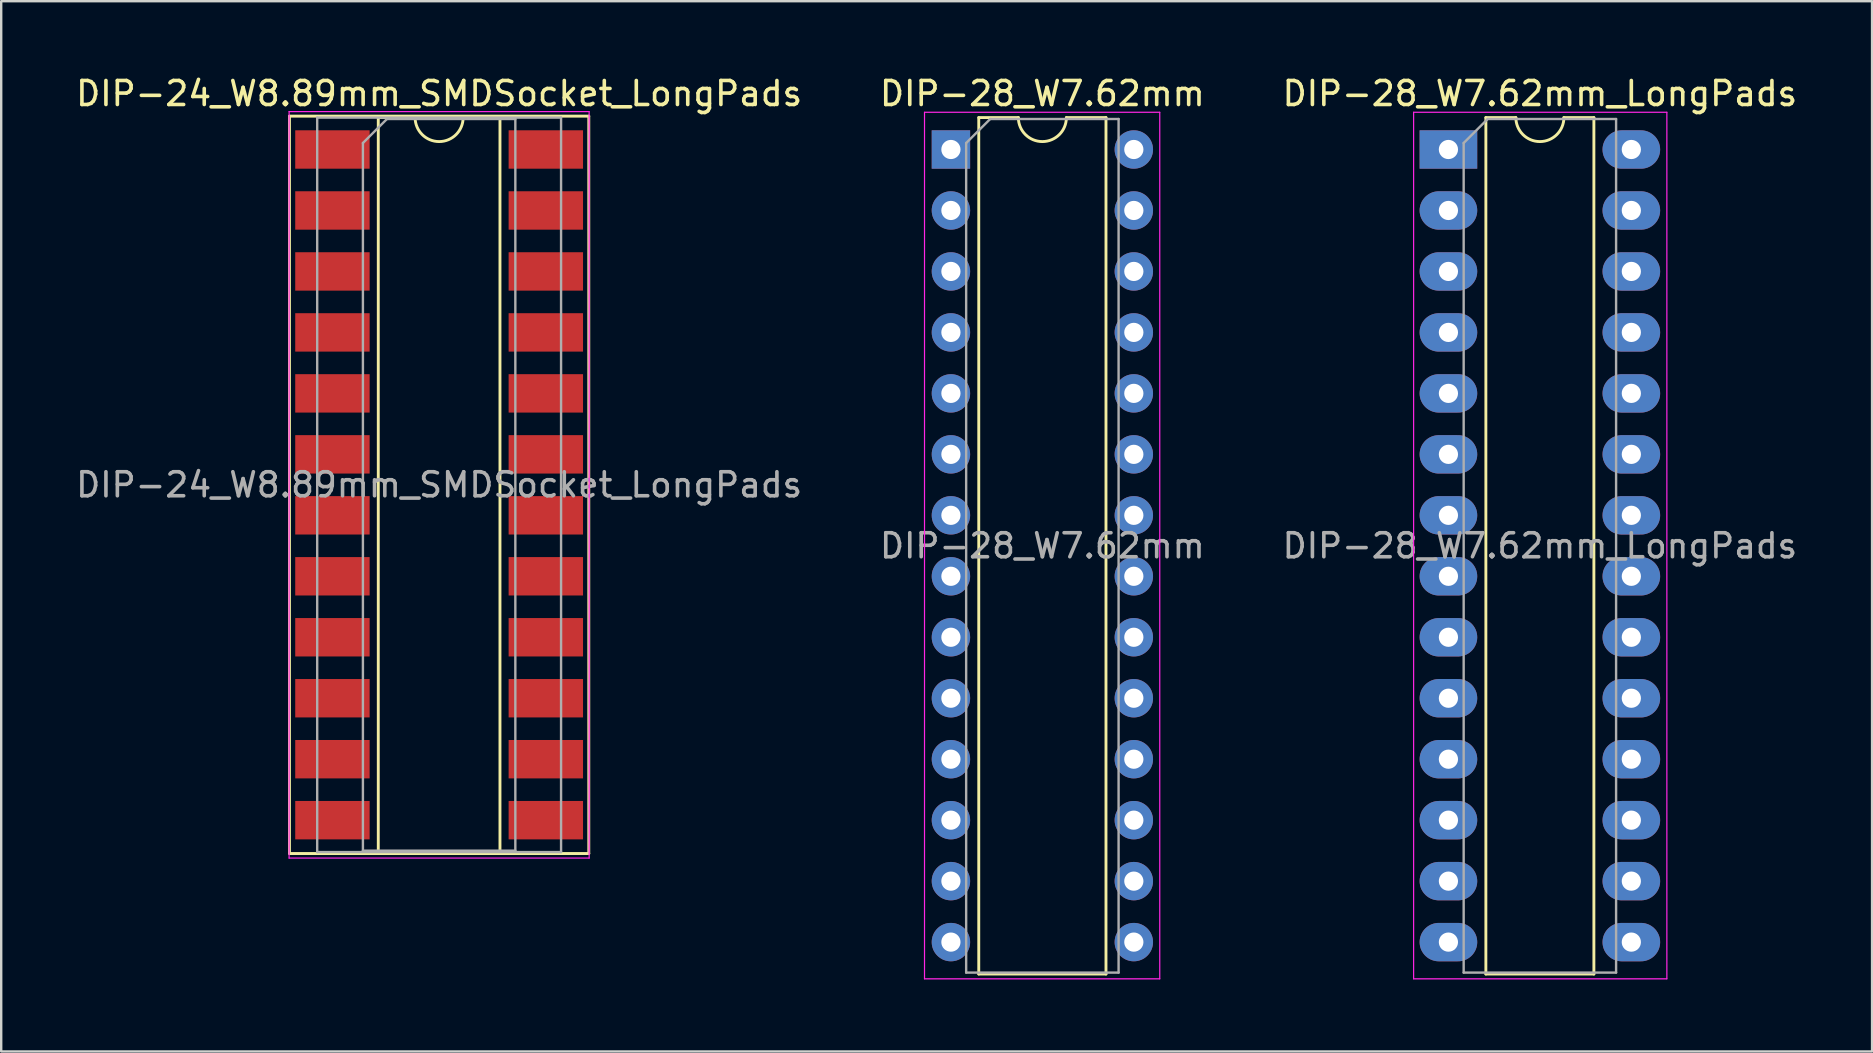
<source format=kicad_pcb>
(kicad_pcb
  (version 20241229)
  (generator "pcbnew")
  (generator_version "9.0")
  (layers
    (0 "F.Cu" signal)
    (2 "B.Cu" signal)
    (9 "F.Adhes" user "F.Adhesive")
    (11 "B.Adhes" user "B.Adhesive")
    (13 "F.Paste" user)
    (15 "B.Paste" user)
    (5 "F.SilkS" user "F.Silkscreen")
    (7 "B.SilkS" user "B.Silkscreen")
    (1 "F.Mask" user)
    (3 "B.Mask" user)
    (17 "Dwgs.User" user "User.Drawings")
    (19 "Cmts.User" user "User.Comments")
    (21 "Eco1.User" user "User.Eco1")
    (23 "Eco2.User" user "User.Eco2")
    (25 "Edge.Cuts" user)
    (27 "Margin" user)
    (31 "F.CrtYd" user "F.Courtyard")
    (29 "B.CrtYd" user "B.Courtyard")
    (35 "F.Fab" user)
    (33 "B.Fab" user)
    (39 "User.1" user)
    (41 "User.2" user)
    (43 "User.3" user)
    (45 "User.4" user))
  (footprint "DIP-24_W8.89mm_SMDSocket_LongPads"
    (layer "F.Cu")
    (at 15.244 17.148)
    (property "Reference" "DIP-24_W8.89mm_SMDSocket_LongPads" (at 0 -16.3 0) (layer "F.SilkS") (effects (font (size 1 1) (thickness 0.15))))
    (attr smd)
    (fp_line (start -6.235 -15.36) (end -6.235 15.36) (stroke (width 0.12) (type solid)) (layer "F.SilkS"))
    (fp_line (start -6.235 15.36) (end 6.235 15.36) (stroke (width 0.12) (type solid)) (layer "F.SilkS"))
    (fp_line (start -2.535 -15.3) (end -2.535 15.3) (stroke (width 0.12) (type solid)) (layer "F.SilkS"))
    (fp_line (start -2.535 15.3) (end 2.535 15.3) (stroke (width 0.12) (type solid)) (layer "F.SilkS"))
    (fp_line (start -1 -15.3) (end -2.535 -15.3) (stroke (width 0.12) (type solid)) (layer "F.SilkS"))
    (fp_line (start 2.535 -15.3) (end 1 -15.3) (stroke (width 0.12) (type solid)) (layer "F.SilkS"))
    (fp_line (start 2.535 15.3) (end 2.535 -15.3) (stroke (width 0.12) (type solid)) (layer "F.SilkS"))
    (fp_line (start 6.235 -15.36) (end -6.235 -15.36) (stroke (width 0.12) (type solid)) (layer "F.SilkS"))
    (fp_line (start 6.235 15.36) (end 6.235 -15.36) (stroke (width 0.12) (type solid)) (layer "F.SilkS"))
    (fp_arc (start 1 -15.3) (mid 0 -14.3) (end -1 -15.3) (stroke (width 0.12) (type solid)) (layer "F.SilkS"))
    (fp_line (start -6.25 -15.55) (end -6.25 15.55) (stroke (width 0.05) (type solid)) (layer "F.CrtYd"))
    (fp_line (start -6.25 15.55) (end 6.25 15.55) (stroke (width 0.05) (type solid)) (layer "F.CrtYd"))
    (fp_line (start 6.25 -15.55) (end -6.25 -15.55) (stroke (width 0.05) (type solid)) (layer "F.CrtYd"))
    (fp_line (start 6.25 15.55) (end 6.25 -15.55) (stroke (width 0.05) (type solid)) (layer "F.CrtYd"))
    (fp_line (start -5.08 -15.3) (end -5.08 15.3) (stroke (width 0.1) (type solid)) (layer "F.Fab"))
    (fp_line (start -5.08 15.3) (end 5.08 15.3) (stroke (width 0.1) (type solid)) (layer "F.Fab"))
    (fp_line (start -3.175 -14.24) (end -2.175 -15.24) (stroke (width 0.1) (type solid)) (layer "F.Fab"))
    (fp_line (start -3.175 15.24) (end -3.175 -14.24) (stroke (width 0.1) (type solid)) (layer "F.Fab"))
    (fp_line (start -2.175 -15.24) (end 3.175 -15.24) (stroke (width 0.1) (type solid)) (layer "F.Fab"))
    (fp_line (start 3.175 -15.24) (end 3.175 15.24) (stroke (width 0.1) (type solid)) (layer "F.Fab"))
    (fp_line (start 3.175 15.24) (end -3.175 15.24) (stroke (width 0.1) (type solid)) (layer "F.Fab"))
    (fp_line (start 5.08 -15.3) (end -5.08 -15.3) (stroke (width 0.1) (type solid)) (layer "F.Fab"))
    (fp_line (start 5.08 15.3) (end 5.08 -15.3) (stroke (width 0.1) (type solid)) (layer "F.Fab"))
    (fp_text user "${REFERENCE}" (at 0 0 0) (layer "F.Fab") (effects (font (size 1 1) (thickness 0.15))))
    (pad "1" smd rect (at -4.445 -13.97) (size 3.1 1.6) (layers "F.Cu" "F.Mask" "F.Paste"))
    (pad "2" smd rect (at -4.445 -11.43) (size 3.1 1.6) (layers "F.Cu" "F.Mask" "F.Paste"))
    (pad "3" smd rect (at -4.445 -8.89) (size 3.1 1.6) (layers "F.Cu" "F.Mask" "F.Paste"))
    (pad "4" smd rect (at -4.445 -6.35) (size 3.1 1.6) (layers "F.Cu" "F.Mask" "F.Paste"))
    (pad "5" smd rect (at -4.445 -3.81) (size 3.1 1.6) (layers "F.Cu" "F.Mask" "F.Paste"))
    (pad "6" smd rect (at -4.445 -1.27) (size 3.1 1.6) (layers "F.Cu" "F.Mask" "F.Paste"))
    (pad "7" smd rect (at -4.445 1.27) (size 3.1 1.6) (layers "F.Cu" "F.Mask" "F.Paste"))
    (pad "8" smd rect (at -4.445 3.81) (size 3.1 1.6) (layers "F.Cu" "F.Mask" "F.Paste"))
    (pad "9" smd rect (at -4.445 6.35) (size 3.1 1.6) (layers "F.Cu" "F.Mask" "F.Paste"))
    (pad "10" smd rect (at -4.445 8.89) (size 3.1 1.6) (layers "F.Cu" "F.Mask" "F.Paste"))
    (pad "11" smd rect (at -4.445 11.43) (size 3.1 1.6) (layers "F.Cu" "F.Mask" "F.Paste"))
    (pad "12" smd rect (at -4.445 13.97) (size 3.1 1.6) (layers "F.Cu" "F.Mask" "F.Paste"))
    (pad "13" smd rect (at 4.445 13.97) (size 3.1 1.6) (layers "F.Cu" "F.Mask" "F.Paste"))
    (pad "14" smd rect (at 4.445 11.43) (size 3.1 1.6) (layers "F.Cu" "F.Mask" "F.Paste"))
    (pad "15" smd rect (at 4.445 8.89) (size 3.1 1.6) (layers "F.Cu" "F.Mask" "F.Paste"))
    (pad "16" smd rect (at 4.445 6.35) (size 3.1 1.6) (layers "F.Cu" "F.Mask" "F.Paste"))
    (pad "17" smd rect (at 4.445 3.81) (size 3.1 1.6) (layers "F.Cu" "F.Mask" "F.Paste"))
    (pad "18" smd rect (at 4.445 1.27) (size 3.1 1.6) (layers "F.Cu" "F.Mask" "F.Paste"))
    (pad "19" smd rect (at 4.445 -1.27) (size 3.1 1.6) (layers "F.Cu" "F.Mask" "F.Paste"))
    (pad "20" smd rect (at 4.445 -3.81) (size 3.1 1.6) (layers "F.Cu" "F.Mask" "F.Paste"))
    (pad "21" smd rect (at 4.445 -6.35) (size 3.1 1.6) (layers "F.Cu" "F.Mask" "F.Paste"))
    (pad "22" smd rect (at 4.445 -8.89) (size 3.1 1.6) (layers "F.Cu" "F.Mask" "F.Paste"))
    (pad "23" smd rect (at 4.445 -11.43) (size 3.1 1.6) (layers "F.Cu" "F.Mask" "F.Paste"))
    (pad "24" smd rect (at 4.445 -13.97) (size 3.1 1.6) (layers "F.Cu" "F.Mask" "F.Paste")))
  (footprint "DIP-28_W7.62mm_LongPads"
    (layer "F.Cu")
    (at 57.291 3.178)
    (property "Reference" "DIP-28_W7.62mm_LongPads" (at 3.81 -2.33 0) (layer "F.SilkS") (effects (font (size 1 1) (thickness 0.15))))
    (attr through_hole)
    (fp_line (start 1.56 -1.33) (end 1.56 34.35) (stroke (width 0.12) (type solid)) (layer "F.SilkS"))
    (fp_line (start 1.56 34.35) (end 6.06 34.35) (stroke (width 0.12) (type solid)) (layer "F.SilkS"))
    (fp_line (start 2.81 -1.33) (end 1.56 -1.33) (stroke (width 0.12) (type solid)) (layer "F.SilkS"))
    (fp_line (start 6.06 -1.33) (end 4.81 -1.33) (stroke (width 0.12) (type solid)) (layer "F.SilkS"))
    (fp_line (start 6.06 34.35) (end 6.06 -1.33) (stroke (width 0.12) (type solid)) (layer "F.SilkS"))
    (fp_arc (start 4.81 -1.33) (mid 3.81 -0.33) (end 2.81 -1.33) (stroke (width 0.12) (type solid)) (layer "F.SilkS"))
    (fp_line (start -1.45 -1.55) (end -1.45 34.55) (stroke (width 0.05) (type solid)) (layer "F.CrtYd"))
    (fp_line (start -1.45 34.55) (end 9.1 34.55) (stroke (width 0.05) (type solid)) (layer "F.CrtYd"))
    (fp_line (start 9.1 -1.55) (end -1.45 -1.55) (stroke (width 0.05) (type solid)) (layer "F.CrtYd"))
    (fp_line (start 9.1 34.55) (end 9.1 -1.55) (stroke (width 0.05) (type solid)) (layer "F.CrtYd"))
    (fp_line (start 0.635 -0.27) (end 1.635 -1.27) (stroke (width 0.1) (type solid)) (layer "F.Fab"))
    (fp_line (start 0.635 34.29) (end 0.635 -0.27) (stroke (width 0.1) (type solid)) (layer "F.Fab"))
    (fp_line (start 1.635 -1.27) (end 6.985 -1.27) (stroke (width 0.1) (type solid)) (layer "F.Fab"))
    (fp_line (start 6.985 -1.27) (end 6.985 34.29) (stroke (width 0.1) (type solid)) (layer "F.Fab"))
    (fp_line (start 6.985 34.29) (end 0.635 34.29) (stroke (width 0.1) (type solid)) (layer "F.Fab"))
    (fp_text user "${REFERENCE}" (at 3.81 16.51 0) (layer "F.Fab") (effects (font (size 1 1) (thickness 0.15))))
    (pad "1" thru_hole rect (at 0 0) (size 2.4 1.6) (drill 0.8) (layers "*.Cu" "*.Mask"))
    (pad "2" thru_hole oval (at 0 2.54) (size 2.4 1.6) (drill 0.8) (layers "*.Cu" "*.Mask"))
    (pad "3" thru_hole oval (at 0 5.08) (size 2.4 1.6) (drill 0.8) (layers "*.Cu" "*.Mask"))
    (pad "4" thru_hole oval (at 0 7.62) (size 2.4 1.6) (drill 0.8) (layers "*.Cu" "*.Mask"))
    (pad "5" thru_hole oval (at 0 10.16) (size 2.4 1.6) (drill 0.8) (layers "*.Cu" "*.Mask"))
    (pad "6" thru_hole oval (at 0 12.7) (size 2.4 1.6) (drill 0.8) (layers "*.Cu" "*.Mask"))
    (pad "7" thru_hole oval (at 0 15.24) (size 2.4 1.6) (drill 0.8) (layers "*.Cu" "*.Mask"))
    (pad "8" thru_hole oval (at 0 17.78) (size 2.4 1.6) (drill 0.8) (layers "*.Cu" "*.Mask"))
    (pad "9" thru_hole oval (at 0 20.32) (size 2.4 1.6) (drill 0.8) (layers "*.Cu" "*.Mask"))
    (pad "10" thru_hole oval (at 0 22.86) (size 2.4 1.6) (drill 0.8) (layers "*.Cu" "*.Mask"))
    (pad "11" thru_hole oval (at 0 25.4) (size 2.4 1.6) (drill 0.8) (layers "*.Cu" "*.Mask"))
    (pad "12" thru_hole oval (at 0 27.94) (size 2.4 1.6) (drill 0.8) (layers "*.Cu" "*.Mask"))
    (pad "13" thru_hole oval (at 0 30.48) (size 2.4 1.6) (drill 0.8) (layers "*.Cu" "*.Mask"))
    (pad "14" thru_hole oval (at 0 33.02) (size 2.4 1.6) (drill 0.8) (layers "*.Cu" "*.Mask"))
    (pad "15" thru_hole oval (at 7.62 33.02) (size 2.4 1.6) (drill 0.8) (layers "*.Cu" "*.Mask"))
    (pad "16" thru_hole oval (at 7.62 30.48) (size 2.4 1.6) (drill 0.8) (layers "*.Cu" "*.Mask"))
    (pad "17" thru_hole oval (at 7.62 27.94) (size 2.4 1.6) (drill 0.8) (layers "*.Cu" "*.Mask"))
    (pad "18" thru_hole oval (at 7.62 25.4) (size 2.4 1.6) (drill 0.8) (layers "*.Cu" "*.Mask"))
    (pad "19" thru_hole oval (at 7.62 22.86) (size 2.4 1.6) (drill 0.8) (layers "*.Cu" "*.Mask"))
    (pad "20" thru_hole oval (at 7.62 20.32) (size 2.4 1.6) (drill 0.8) (layers "*.Cu" "*.Mask"))
    (pad "21" thru_hole oval (at 7.62 17.78) (size 2.4 1.6) (drill 0.8) (layers "*.Cu" "*.Mask"))
    (pad "22" thru_hole oval (at 7.62 15.24) (size 2.4 1.6) (drill 0.8) (layers "*.Cu" "*.Mask"))
    (pad "23" thru_hole oval (at 7.62 12.7) (size 2.4 1.6) (drill 0.8) (layers "*.Cu" "*.Mask"))
    (pad "24" thru_hole oval (at 7.62 10.16) (size 2.4 1.6) (drill 0.8) (layers "*.Cu" "*.Mask"))
    (pad "25" thru_hole oval (at 7.62 7.62) (size 2.4 1.6) (drill 0.8) (layers "*.Cu" "*.Mask"))
    (pad "26" thru_hole oval (at 7.62 5.08) (size 2.4 1.6) (drill 0.8) (layers "*.Cu" "*.Mask"))
    (pad "27" thru_hole oval (at 7.62 2.54) (size 2.4 1.6) (drill 0.8) (layers "*.Cu" "*.Mask"))
    (pad "28" thru_hole oval (at 7.62 0) (size 2.4 1.6) (drill 0.8) (layers "*.Cu" "*.Mask")))
  (footprint "DIP-28_W7.62mm"
    (layer "F.Cu")
    (at 36.565 3.178)
    (property "Reference" "DIP-28_W7.62mm" (at 3.81 -2.33 0) (layer "F.SilkS") (effects (font (size 1 1) (thickness 0.15))))
    (attr through_hole)
    (fp_line (start 1.16 -1.33) (end 1.16 34.35) (stroke (width 0.12) (type solid)) (layer "F.SilkS"))
    (fp_line (start 1.16 34.35) (end 6.46 34.35) (stroke (width 0.12) (type solid)) (layer "F.SilkS"))
    (fp_line (start 2.81 -1.33) (end 1.16 -1.33) (stroke (width 0.12) (type solid)) (layer "F.SilkS"))
    (fp_line (start 6.46 -1.33) (end 4.81 -1.33) (stroke (width 0.12) (type solid)) (layer "F.SilkS"))
    (fp_line (start 6.46 34.35) (end 6.46 -1.33) (stroke (width 0.12) (type solid)) (layer "F.SilkS"))
    (fp_arc (start 4.81 -1.33) (mid 3.81 -0.33) (end 2.81 -1.33) (stroke (width 0.12) (type solid)) (layer "F.SilkS"))
    (fp_line (start -1.1 -1.55) (end -1.1 34.55) (stroke (width 0.05) (type solid)) (layer "F.CrtYd"))
    (fp_line (start -1.1 34.55) (end 8.7 34.55) (stroke (width 0.05) (type solid)) (layer "F.CrtYd"))
    (fp_line (start 8.7 -1.55) (end -1.1 -1.55) (stroke (width 0.05) (type solid)) (layer "F.CrtYd"))
    (fp_line (start 8.7 34.55) (end 8.7 -1.55) (stroke (width 0.05) (type solid)) (layer "F.CrtYd"))
    (fp_line (start 0.635 -0.27) (end 1.635 -1.27) (stroke (width 0.1) (type solid)) (layer "F.Fab"))
    (fp_line (start 0.635 34.29) (end 0.635 -0.27) (stroke (width 0.1) (type solid)) (layer "F.Fab"))
    (fp_line (start 1.635 -1.27) (end 6.985 -1.27) (stroke (width 0.1) (type solid)) (layer "F.Fab"))
    (fp_line (start 6.985 -1.27) (end 6.985 34.29) (stroke (width 0.1) (type solid)) (layer "F.Fab"))
    (fp_line (start 6.985 34.29) (end 0.635 34.29) (stroke (width 0.1) (type solid)) (layer "F.Fab"))
    (fp_text user "${REFERENCE}" (at 3.81 16.51 0) (layer "F.Fab") (effects (font (size 1 1) (thickness 0.15))))
    (pad "1" thru_hole rect (at 0 0) (size 1.6 1.6) (drill 0.8) (layers "*.Cu" "*.Mask"))
    (pad "2" thru_hole oval (at 0 2.54) (size 1.6 1.6) (drill 0.8) (layers "*.Cu" "*.Mask"))
    (pad "3" thru_hole oval (at 0 5.08) (size 1.6 1.6) (drill 0.8) (layers "*.Cu" "*.Mask"))
    (pad "4" thru_hole oval (at 0 7.62) (size 1.6 1.6) (drill 0.8) (layers "*.Cu" "*.Mask"))
    (pad "5" thru_hole oval (at 0 10.16) (size 1.6 1.6) (drill 0.8) (layers "*.Cu" "*.Mask"))
    (pad "6" thru_hole oval (at 0 12.7) (size 1.6 1.6) (drill 0.8) (layers "*.Cu" "*.Mask"))
    (pad "7" thru_hole oval (at 0 15.24) (size 1.6 1.6) (drill 0.8) (layers "*.Cu" "*.Mask"))
    (pad "8" thru_hole oval (at 0 17.78) (size 1.6 1.6) (drill 0.8) (layers "*.Cu" "*.Mask"))
    (pad "9" thru_hole oval (at 0 20.32) (size 1.6 1.6) (drill 0.8) (layers "*.Cu" "*.Mask"))
    (pad "10" thru_hole oval (at 0 22.86) (size 1.6 1.6) (drill 0.8) (layers "*.Cu" "*.Mask"))
    (pad "11" thru_hole oval (at 0 25.4) (size 1.6 1.6) (drill 0.8) (layers "*.Cu" "*.Mask"))
    (pad "12" thru_hole oval (at 0 27.94) (size 1.6 1.6) (drill 0.8) (layers "*.Cu" "*.Mask"))
    (pad "13" thru_hole oval (at 0 30.48) (size 1.6 1.6) (drill 0.8) (layers "*.Cu" "*.Mask"))
    (pad "14" thru_hole oval (at 0 33.02) (size 1.6 1.6) (drill 0.8) (layers "*.Cu" "*.Mask"))
    (pad "15" thru_hole oval (at 7.62 33.02) (size 1.6 1.6) (drill 0.8) (layers "*.Cu" "*.Mask"))
    (pad "16" thru_hole oval (at 7.62 30.48) (size 1.6 1.6) (drill 0.8) (layers "*.Cu" "*.Mask"))
    (pad "17" thru_hole oval (at 7.62 27.94) (size 1.6 1.6) (drill 0.8) (layers "*.Cu" "*.Mask"))
    (pad "18" thru_hole oval (at 7.62 25.4) (size 1.6 1.6) (drill 0.8) (layers "*.Cu" "*.Mask"))
    (pad "19" thru_hole oval (at 7.62 22.86) (size 1.6 1.6) (drill 0.8) (layers "*.Cu" "*.Mask"))
    (pad "20" thru_hole oval (at 7.62 20.32) (size 1.6 1.6) (drill 0.8) (layers "*.Cu" "*.Mask"))
    (pad "21" thru_hole oval (at 7.62 17.78) (size 1.6 1.6) (drill 0.8) (layers "*.Cu" "*.Mask"))
    (pad "22" thru_hole oval (at 7.62 15.24) (size 1.6 1.6) (drill 0.8) (layers "*.Cu" "*.Mask"))
    (pad "23" thru_hole oval (at 7.62 12.7) (size 1.6 1.6) (drill 0.8) (layers "*.Cu" "*.Mask"))
    (pad "24" thru_hole oval (at 7.62 10.16) (size 1.6 1.6) (drill 0.8) (layers "*.Cu" "*.Mask"))
    (pad "25" thru_hole oval (at 7.62 7.62) (size 1.6 1.6) (drill 0.8) (layers "*.Cu" "*.Mask"))
    (pad "26" thru_hole oval (at 7.62 5.08) (size 1.6 1.6) (drill 0.8) (layers "*.Cu" "*.Mask"))
    (pad "27" thru_hole oval (at 7.62 2.54) (size 1.6 1.6) (drill 0.8) (layers "*.Cu" "*.Mask"))
    (pad "28" thru_hole oval (at 7.62 0) (size 1.6 1.6) (drill 0.8) (layers "*.Cu" "*.Mask")))
  (gr_rect
    (start -3 -3)
    (end 74.94 40.753)
    (stroke (width 0.1) (type default))
    (fill no)
    (layer "Edge.Cuts")))
</source>
